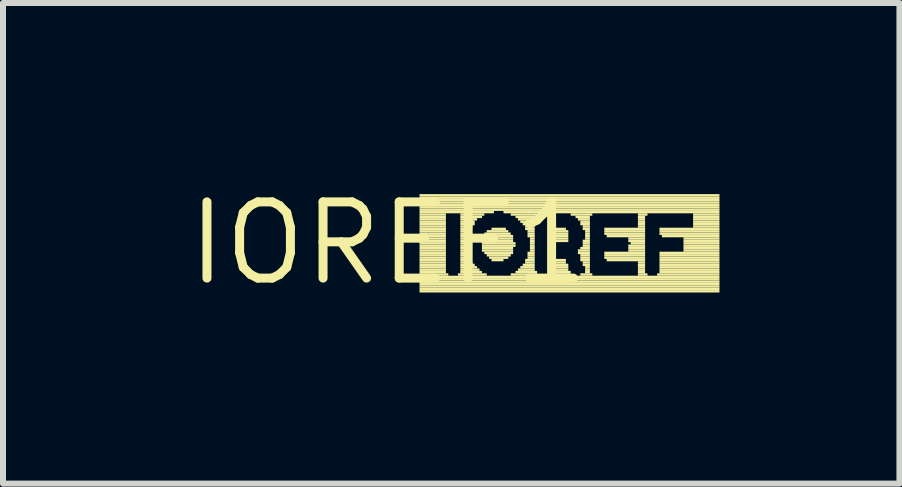
<source format=kicad_pcb>
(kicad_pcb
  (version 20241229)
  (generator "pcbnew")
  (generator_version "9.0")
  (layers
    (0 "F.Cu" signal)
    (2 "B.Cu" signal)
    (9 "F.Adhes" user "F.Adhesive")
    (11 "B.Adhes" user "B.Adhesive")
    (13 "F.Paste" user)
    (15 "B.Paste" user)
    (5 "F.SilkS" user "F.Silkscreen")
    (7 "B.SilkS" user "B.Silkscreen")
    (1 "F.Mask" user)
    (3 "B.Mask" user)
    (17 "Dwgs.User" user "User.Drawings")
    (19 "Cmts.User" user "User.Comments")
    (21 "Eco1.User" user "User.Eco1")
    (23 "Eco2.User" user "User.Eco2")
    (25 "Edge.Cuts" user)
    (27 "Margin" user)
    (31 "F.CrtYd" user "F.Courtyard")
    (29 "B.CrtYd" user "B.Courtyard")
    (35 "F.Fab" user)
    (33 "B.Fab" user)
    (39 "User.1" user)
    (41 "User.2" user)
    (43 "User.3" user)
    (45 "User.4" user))
  (footprint "IOREF1"
    (layer "F.Cu")
    (at 3.424 1.006)
    (property "Reference" "IOREF1" (at 0 0 0) (layer "F.SilkS") (effects (font (size 1.27 1.27) (thickness 0.15))))
    (attr through_hole)
    (fp_poly (pts (xy 0.52 -0.78) (xy 5.52 -0.78) (xy 5.52 -0.82) (xy 0.52 -0.82)) (stroke (width 0) (type solid)) (fill yes) (layer "F.SilkS"))
    (fp_poly (pts (xy 0.52 -0.74) (xy 5.52 -0.74) (xy 5.52 -0.78) (xy 0.52 -0.78)) (stroke (width 0) (type solid)) (fill yes) (layer "F.SilkS"))
    (fp_poly (pts (xy 0.52 -0.7) (xy 5.52 -0.7) (xy 5.52 -0.74) (xy 0.52 -0.74)) (stroke (width 0) (type solid)) (fill yes) (layer "F.SilkS"))
    (fp_poly (pts (xy 0.52 -0.66) (xy 5.52 -0.66) (xy 5.52 -0.7) (xy 0.52 -0.7)) (stroke (width 0) (type solid)) (fill yes) (layer "F.SilkS"))
    (fp_poly (pts (xy 0.52 -0.62) (xy 5.52 -0.62) (xy 5.52 -0.66) (xy 0.52 -0.66)) (stroke (width 0) (type solid)) (fill yes) (layer "F.SilkS"))
    (fp_poly (pts (xy 0.52 -0.58) (xy 5.52 -0.58) (xy 5.52 -0.62) (xy 0.52 -0.62)) (stroke (width 0) (type solid)) (fill yes) (layer "F.SilkS"))
    (fp_poly (pts (xy 0.52 -0.54) (xy 5.52 -0.54) (xy 5.52 -0.58) (xy 0.52 -0.58)) (stroke (width 0) (type solid)) (fill yes) (layer "F.SilkS"))
    (fp_poly (pts (xy 0.52 -0.5) (xy 1.76 -0.5) (xy 1.76 -0.54) (xy 0.52 -0.54)) (stroke (width 0) (type solid)) (fill yes) (layer "F.SilkS"))
    (fp_poly (pts (xy 0.52 -0.46) (xy 0.96 -0.46) (xy 0.96 -0.5) (xy 0.52 -0.5)) (stroke (width 0) (type solid)) (fill yes) (layer "F.SilkS"))
    (fp_poly (pts (xy 0.52 -0.42) (xy 0.96 -0.42) (xy 0.96 -0.46) (xy 0.52 -0.46)) (stroke (width 0) (type solid)) (fill yes) (layer "F.SilkS"))
    (fp_poly (pts (xy 0.52 -0.38) (xy 0.96 -0.38) (xy 0.96 -0.42) (xy 0.52 -0.42)) (stroke (width 0) (type solid)) (fill yes) (layer "F.SilkS"))
    (fp_poly (pts (xy 0.52 -0.34) (xy 0.96 -0.34) (xy 0.96 -0.38) (xy 0.52 -0.38)) (stroke (width 0) (type solid)) (fill yes) (layer "F.SilkS"))
    (fp_poly (pts (xy 0.52 -0.3) (xy 0.96 -0.3) (xy 0.96 -0.34) (xy 0.52 -0.34)) (stroke (width 0) (type solid)) (fill yes) (layer "F.SilkS"))
    (fp_poly (pts (xy 0.52 -0.26) (xy 0.96 -0.26) (xy 0.96 -0.3) (xy 0.52 -0.3)) (stroke (width 0) (type solid)) (fill yes) (layer "F.SilkS"))
    (fp_poly (pts (xy 0.52 -0.22) (xy 0.96 -0.22) (xy 0.96 -0.26) (xy 0.52 -0.26)) (stroke (width 0) (type solid)) (fill yes) (layer "F.SilkS"))
    (fp_poly (pts (xy 0.52 -0.18) (xy 0.96 -0.18) (xy 0.96 -0.22) (xy 0.52 -0.22)) (stroke (width 0) (type solid)) (fill yes) (layer "F.SilkS"))
    (fp_poly (pts (xy 0.52 -0.14) (xy 0.96 -0.14) (xy 0.96 -0.18) (xy 0.52 -0.18)) (stroke (width 0) (type solid)) (fill yes) (layer "F.SilkS"))
    (fp_poly (pts (xy 0.52 -0.1) (xy 0.96 -0.1) (xy 0.96 -0.14) (xy 0.52 -0.14)) (stroke (width 0) (type solid)) (fill yes) (layer "F.SilkS"))
    (fp_poly (pts (xy 0.52 -0.06) (xy 0.96 -0.06) (xy 0.96 -0.1) (xy 0.52 -0.1)) (stroke (width 0) (type solid)) (fill yes) (layer "F.SilkS"))
    (fp_poly (pts (xy 0.52 -0.02) (xy 0.96 -0.02) (xy 0.96 -0.06) (xy 0.52 -0.06)) (stroke (width 0) (type solid)) (fill yes) (layer "F.SilkS"))
    (fp_poly (pts (xy 0.52 0.02) (xy 0.96 0.02) (xy 0.96 -0.02) (xy 0.52 -0.02)) (stroke (width 0) (type solid)) (fill yes) (layer "F.SilkS"))
    (fp_poly (pts (xy 0.52 0.06) (xy 0.96 0.06) (xy 0.96 0.02) (xy 0.52 0.02)) (stroke (width 0) (type solid)) (fill yes) (layer "F.SilkS"))
    (fp_poly (pts (xy 0.52 0.1) (xy 0.96 0.1) (xy 0.96 0.06) (xy 0.52 0.06)) (stroke (width 0) (type solid)) (fill yes) (layer "F.SilkS"))
    (fp_poly (pts (xy 0.52 0.14) (xy 0.96 0.14) (xy 0.96 0.1) (xy 0.52 0.1)) (stroke (width 0) (type solid)) (fill yes) (layer "F.SilkS"))
    (fp_poly (pts (xy 0.52 0.18) (xy 0.96 0.18) (xy 0.96 0.14) (xy 0.52 0.14)) (stroke (width 0) (type solid)) (fill yes) (layer "F.SilkS"))
    (fp_poly (pts (xy 0.52 0.22) (xy 0.96 0.22) (xy 0.96 0.18) (xy 0.52 0.18)) (stroke (width 0) (type solid)) (fill yes) (layer "F.SilkS"))
    (fp_poly (pts (xy 0.52 0.26) (xy 0.96 0.26) (xy 0.96 0.22) (xy 0.52 0.22)) (stroke (width 0) (type solid)) (fill yes) (layer "F.SilkS"))
    (fp_poly (pts (xy 0.52 0.3) (xy 0.96 0.3) (xy 0.96 0.26) (xy 0.52 0.26)) (stroke (width 0) (type solid)) (fill yes) (layer "F.SilkS"))
    (fp_poly (pts (xy 0.52 0.34) (xy 0.96 0.34) (xy 0.96 0.3) (xy 0.52 0.3)) (stroke (width 0) (type solid)) (fill yes) (layer "F.SilkS"))
    (fp_poly (pts (xy 0.52 0.38) (xy 0.96 0.38) (xy 0.96 0.34) (xy 0.52 0.34)) (stroke (width 0) (type solid)) (fill yes) (layer "F.SilkS"))
    (fp_poly (pts (xy 0.52 0.42) (xy 0.96 0.42) (xy 0.96 0.38) (xy 0.52 0.38)) (stroke (width 0) (type solid)) (fill yes) (layer "F.SilkS"))
    (fp_poly (pts (xy 0.52 0.46) (xy 0.96 0.46) (xy 0.96 0.42) (xy 0.52 0.42)) (stroke (width 0) (type solid)) (fill yes) (layer "F.SilkS"))
    (fp_poly (pts (xy 0.52 0.5) (xy 0.96 0.5) (xy 0.96 0.46) (xy 0.52 0.46)) (stroke (width 0) (type solid)) (fill yes) (layer "F.SilkS"))
    (fp_poly (pts (xy 0.52 0.54) (xy 1 0.54) (xy 1 0.5) (xy 0.52 0.5)) (stroke (width 0) (type solid)) (fill yes) (layer "F.SilkS"))
    (fp_poly (pts (xy 0.52 0.58) (xy 5.52 0.58) (xy 5.52 0.54) (xy 0.52 0.54)) (stroke (width 0) (type solid)) (fill yes) (layer "F.SilkS"))
    (fp_poly (pts (xy 0.52 0.62) (xy 5.52 0.62) (xy 5.52 0.58) (xy 0.52 0.58)) (stroke (width 0) (type solid)) (fill yes) (layer "F.SilkS"))
    (fp_poly (pts (xy 0.52 0.66) (xy 5.52 0.66) (xy 5.52 0.62) (xy 0.52 0.62)) (stroke (width 0) (type solid)) (fill yes) (layer "F.SilkS"))
    (fp_poly (pts (xy 0.52 0.7) (xy 5.52 0.7) (xy 5.52 0.66) (xy 0.52 0.66)) (stroke (width 0) (type solid)) (fill yes) (layer "F.SilkS"))
    (fp_poly (pts (xy 0.52 0.74) (xy 5.52 0.74) (xy 5.52 0.7) (xy 0.52 0.7)) (stroke (width 0) (type solid)) (fill yes) (layer "F.SilkS"))
    (fp_poly (pts (xy 0.52 0.78) (xy 5.52 0.78) (xy 5.52 0.74) (xy 0.52 0.74)) (stroke (width 0) (type solid)) (fill yes) (layer "F.SilkS"))
    (fp_poly (pts (xy 0.52 0.82) (xy 5.52 0.82) (xy 5.52 0.78) (xy 0.52 0.78)) (stroke (width 0) (type solid)) (fill yes) (layer "F.SilkS"))
    (fp_poly (pts (xy 1.16 0.54) (xy 1.64 0.54) (xy 1.64 0.5) (xy 1.16 0.5)) (stroke (width 0) (type solid)) (fill yes) (layer "F.SilkS"))
    (fp_poly (pts (xy 1.2 -0.46) (xy 1.6 -0.46) (xy 1.6 -0.5) (xy 1.2 -0.5)) (stroke (width 0) (type solid)) (fill yes) (layer "F.SilkS"))
    (fp_poly (pts (xy 1.2 -0.42) (xy 1.56 -0.42) (xy 1.56 -0.46) (xy 1.2 -0.46)) (stroke (width 0) (type solid)) (fill yes) (layer "F.SilkS"))
    (fp_poly (pts (xy 1.2 -0.38) (xy 1.48 -0.38) (xy 1.48 -0.42) (xy 1.2 -0.42)) (stroke (width 0) (type solid)) (fill yes) (layer "F.SilkS"))
    (fp_poly (pts (xy 1.2 -0.34) (xy 1.44 -0.34) (xy 1.44 -0.38) (xy 1.2 -0.38)) (stroke (width 0) (type solid)) (fill yes) (layer "F.SilkS"))
    (fp_poly (pts (xy 1.2 -0.3) (xy 1.44 -0.3) (xy 1.44 -0.34) (xy 1.2 -0.34)) (stroke (width 0) (type solid)) (fill yes) (layer "F.SilkS"))
    (fp_poly (pts (xy 1.2 -0.26) (xy 1.4 -0.26) (xy 1.4 -0.3) (xy 1.2 -0.3)) (stroke (width 0) (type solid)) (fill yes) (layer "F.SilkS"))
    (fp_poly (pts (xy 1.2 -0.22) (xy 1.36 -0.22) (xy 1.36 -0.26) (xy 1.2 -0.26)) (stroke (width 0) (type solid)) (fill yes) (layer "F.SilkS"))
    (fp_poly (pts (xy 1.2 -0.18) (xy 1.36 -0.18) (xy 1.36 -0.22) (xy 1.2 -0.22)) (stroke (width 0) (type solid)) (fill yes) (layer "F.SilkS"))
    (fp_poly (pts (xy 1.2 -0.14) (xy 1.36 -0.14) (xy 1.36 -0.18) (xy 1.2 -0.18)) (stroke (width 0) (type solid)) (fill yes) (layer "F.SilkS"))
    (fp_poly (pts (xy 1.2 -0.1) (xy 1.32 -0.1) (xy 1.32 -0.14) (xy 1.2 -0.14)) (stroke (width 0) (type solid)) (fill yes) (layer "F.SilkS"))
    (fp_poly (pts (xy 1.2 -0.06) (xy 1.32 -0.06) (xy 1.32 -0.1) (xy 1.2 -0.1)) (stroke (width 0) (type solid)) (fill yes) (layer "F.SilkS"))
    (fp_poly (pts (xy 1.2 -0.02) (xy 1.32 -0.02) (xy 1.32 -0.06) (xy 1.2 -0.06)) (stroke (width 0) (type solid)) (fill yes) (layer "F.SilkS"))
    (fp_poly (pts (xy 1.2 0.02) (xy 1.32 0.02) (xy 1.32 -0.02) (xy 1.2 -0.02)) (stroke (width 0) (type solid)) (fill yes) (layer "F.SilkS"))
    (fp_poly (pts (xy 1.2 0.06) (xy 1.32 0.06) (xy 1.32 0.02) (xy 1.2 0.02)) (stroke (width 0) (type solid)) (fill yes) (layer "F.SilkS"))
    (fp_poly (pts (xy 1.2 0.1) (xy 1.32 0.1) (xy 1.32 0.06) (xy 1.2 0.06)) (stroke (width 0) (type solid)) (fill yes) (layer "F.SilkS"))
    (fp_poly (pts (xy 1.2 0.14) (xy 1.32 0.14) (xy 1.32 0.1) (xy 1.2 0.1)) (stroke (width 0) (type solid)) (fill yes) (layer "F.SilkS"))
    (fp_poly (pts (xy 1.2 0.18) (xy 1.32 0.18) (xy 1.32 0.14) (xy 1.2 0.14)) (stroke (width 0) (type solid)) (fill yes) (layer "F.SilkS"))
    (fp_poly (pts (xy 1.2 0.22) (xy 1.36 0.22) (xy 1.36 0.18) (xy 1.2 0.18)) (stroke (width 0) (type solid)) (fill yes) (layer "F.SilkS"))
    (fp_poly (pts (xy 1.2 0.26) (xy 1.36 0.26) (xy 1.36 0.22) (xy 1.2 0.22)) (stroke (width 0) (type solid)) (fill yes) (layer "F.SilkS"))
    (fp_poly (pts (xy 1.2 0.3) (xy 1.36 0.3) (xy 1.36 0.26) (xy 1.2 0.26)) (stroke (width 0) (type solid)) (fill yes) (layer "F.SilkS"))
    (fp_poly (pts (xy 1.2 0.34) (xy 1.4 0.34) (xy 1.4 0.3) (xy 1.2 0.3)) (stroke (width 0) (type solid)) (fill yes) (layer "F.SilkS"))
    (fp_poly (pts (xy 1.2 0.38) (xy 1.44 0.38) (xy 1.44 0.34) (xy 1.2 0.34)) (stroke (width 0) (type solid)) (fill yes) (layer "F.SilkS"))
    (fp_poly (pts (xy 1.2 0.42) (xy 1.48 0.42) (xy 1.48 0.38) (xy 1.2 0.38)) (stroke (width 0) (type solid)) (fill yes) (layer "F.SilkS"))
    (fp_poly (pts (xy 1.2 0.46) (xy 1.52 0.46) (xy 1.52 0.42) (xy 1.2 0.42)) (stroke (width 0) (type solid)) (fill yes) (layer "F.SilkS"))
    (fp_poly (pts (xy 1.2 0.5) (xy 1.56 0.5) (xy 1.56 0.46) (xy 1.2 0.46)) (stroke (width 0) (type solid)) (fill yes) (layer "F.SilkS"))
    (fp_poly (pts (xy 1.56 -0.06) (xy 2.08 -0.06) (xy 2.08 -0.1) (xy 1.56 -0.1)) (stroke (width 0) (type solid)) (fill yes) (layer "F.SilkS"))
    (fp_poly (pts (xy 1.56 -0.02) (xy 2.08 -0.02) (xy 2.08 -0.06) (xy 1.56 -0.06)) (stroke (width 0) (type solid)) (fill yes) (layer "F.SilkS"))
    (fp_poly (pts (xy 1.56 0.02) (xy 2.12 0.02) (xy 2.12 -0.02) (xy 1.56 -0.02)) (stroke (width 0) (type solid)) (fill yes) (layer "F.SilkS"))
    (fp_poly (pts (xy 1.56 0.06) (xy 2.12 0.06) (xy 2.12 0.02) (xy 1.56 0.02)) (stroke (width 0) (type solid)) (fill yes) (layer "F.SilkS"))
    (fp_poly (pts (xy 1.56 0.1) (xy 2.08 0.1) (xy 2.08 0.06) (xy 1.56 0.06)) (stroke (width 0) (type solid)) (fill yes) (layer "F.SilkS"))
    (fp_poly (pts (xy 1.56 0.14) (xy 2.08 0.14) (xy 2.08 0.1) (xy 1.56 0.1)) (stroke (width 0) (type solid)) (fill yes) (layer "F.SilkS"))
    (fp_poly (pts (xy 1.6 -0.14) (xy 2.04 -0.14) (xy 2.04 -0.18) (xy 1.6 -0.18)) (stroke (width 0) (type solid)) (fill yes) (layer "F.SilkS"))
    (fp_poly (pts (xy 1.6 -0.1) (xy 2.08 -0.1) (xy 2.08 -0.14) (xy 1.6 -0.14)) (stroke (width 0) (type solid)) (fill yes) (layer "F.SilkS"))
    (fp_poly (pts (xy 1.6 0.18) (xy 2.08 0.18) (xy 2.08 0.14) (xy 1.6 0.14)) (stroke (width 0) (type solid)) (fill yes) (layer "F.SilkS"))
    (fp_poly (pts (xy 1.64 -0.18) (xy 2 -0.18) (xy 2 -0.22) (xy 1.64 -0.22)) (stroke (width 0) (type solid)) (fill yes) (layer "F.SilkS"))
    (fp_poly (pts (xy 1.64 0.22) (xy 2.04 0.22) (xy 2.04 0.18) (xy 1.64 0.18)) (stroke (width 0) (type solid)) (fill yes) (layer "F.SilkS"))
    (fp_poly (pts (xy 1.68 0.26) (xy 2 0.26) (xy 2 0.22) (xy 1.68 0.22)) (stroke (width 0) (type solid)) (fill yes) (layer "F.SilkS"))
    (fp_poly (pts (xy 1.72 -0.22) (xy 1.96 -0.22) (xy 1.96 -0.26) (xy 1.72 -0.26)) (stroke (width 0) (type solid)) (fill yes) (layer "F.SilkS"))
    (fp_poly (pts (xy 1.72 0.3) (xy 1.92 0.3) (xy 1.92 0.26) (xy 1.72 0.26)) (stroke (width 0) (type solid)) (fill yes) (layer "F.SilkS"))
    (fp_poly (pts (xy 1.92 -0.5) (xy 5.52 -0.5) (xy 5.52 -0.54) (xy 1.92 -0.54)) (stroke (width 0) (type solid)) (fill yes) (layer "F.SilkS"))
    (fp_poly (pts (xy 2.04 -0.46) (xy 2.48 -0.46) (xy 2.48 -0.5) (xy 2.04 -0.5)) (stroke (width 0) (type solid)) (fill yes) (layer "F.SilkS"))
    (fp_poly (pts (xy 2.04 0.54) (xy 2.48 0.54) (xy 2.48 0.5) (xy 2.04 0.5)) (stroke (width 0) (type solid)) (fill yes) (layer "F.SilkS"))
    (fp_poly (pts (xy 2.12 -0.42) (xy 2.44 -0.42) (xy 2.44 -0.46) (xy 2.12 -0.46)) (stroke (width 0) (type solid)) (fill yes) (layer "F.SilkS"))
    (fp_poly (pts (xy 2.12 0.5) (xy 2.48 0.5) (xy 2.48 0.46) (xy 2.12 0.46)) (stroke (width 0) (type solid)) (fill yes) (layer "F.SilkS"))
    (fp_poly (pts (xy 2.16 -0.38) (xy 2.44 -0.38) (xy 2.44 -0.42) (xy 2.16 -0.42)) (stroke (width 0) (type solid)) (fill yes) (layer "F.SilkS"))
    (fp_poly (pts (xy 2.16 0.46) (xy 2.44 0.46) (xy 2.44 0.42) (xy 2.16 0.42)) (stroke (width 0) (type solid)) (fill yes) (layer "F.SilkS"))
    (fp_poly (pts (xy 2.2 -0.34) (xy 2.44 -0.34) (xy 2.44 -0.38) (xy 2.2 -0.38)) (stroke (width 0) (type solid)) (fill yes) (layer "F.SilkS"))
    (fp_poly (pts (xy 2.2 0.42) (xy 2.44 0.42) (xy 2.44 0.38) (xy 2.2 0.38)) (stroke (width 0) (type solid)) (fill yes) (layer "F.SilkS"))
    (fp_poly (pts (xy 2.24 -0.3) (xy 2.44 -0.3) (xy 2.44 -0.34) (xy 2.24 -0.34)) (stroke (width 0) (type solid)) (fill yes) (layer "F.SilkS"))
    (fp_poly (pts (xy 2.24 0.38) (xy 2.44 0.38) (xy 2.44 0.34) (xy 2.24 0.34)) (stroke (width 0) (type solid)) (fill yes) (layer "F.SilkS"))
    (fp_poly (pts (xy 2.28 -0.26) (xy 2.44 -0.26) (xy 2.44 -0.3) (xy 2.28 -0.3)) (stroke (width 0) (type solid)) (fill yes) (layer "F.SilkS"))
    (fp_poly (pts (xy 2.28 -0.22) (xy 2.44 -0.22) (xy 2.44 -0.26) (xy 2.28 -0.26)) (stroke (width 0) (type solid)) (fill yes) (layer "F.SilkS"))
    (fp_poly (pts (xy 2.28 0.3) (xy 2.44 0.3) (xy 2.44 0.26) (xy 2.28 0.26)) (stroke (width 0) (type solid)) (fill yes) (layer "F.SilkS"))
    (fp_poly (pts (xy 2.28 0.34) (xy 2.44 0.34) (xy 2.44 0.3) (xy 2.28 0.3)) (stroke (width 0) (type solid)) (fill yes) (layer "F.SilkS"))
    (fp_poly (pts (xy 2.32 -0.18) (xy 2.44 -0.18) (xy 2.44 -0.22) (xy 2.32 -0.22)) (stroke (width 0) (type solid)) (fill yes) (layer "F.SilkS"))
    (fp_poly (pts (xy 2.32 -0.14) (xy 2.44 -0.14) (xy 2.44 -0.18) (xy 2.32 -0.18)) (stroke (width 0) (type solid)) (fill yes) (layer "F.SilkS"))
    (fp_poly (pts (xy 2.32 -0.1) (xy 2.44 -0.1) (xy 2.44 -0.14) (xy 2.32 -0.14)) (stroke (width 0) (type solid)) (fill yes) (layer "F.SilkS"))
    (fp_poly (pts (xy 2.32 0.18) (xy 2.44 0.18) (xy 2.44 0.14) (xy 2.32 0.14)) (stroke (width 0) (type solid)) (fill yes) (layer "F.SilkS"))
    (fp_poly (pts (xy 2.32 0.22) (xy 2.44 0.22) (xy 2.44 0.18) (xy 2.32 0.18)) (stroke (width 0) (type solid)) (fill yes) (layer "F.SilkS"))
    (fp_poly (pts (xy 2.32 0.26) (xy 2.44 0.26) (xy 2.44 0.22) (xy 2.32 0.22)) (stroke (width 0) (type solid)) (fill yes) (layer "F.SilkS"))
    (fp_poly (pts (xy 2.36 -0.06) (xy 2.44 -0.06) (xy 2.44 -0.1) (xy 2.36 -0.1)) (stroke (width 0) (type solid)) (fill yes) (layer "F.SilkS"))
    (fp_poly (pts (xy 2.36 -0.02) (xy 2.44 -0.02) (xy 2.44 -0.06) (xy 2.36 -0.06)) (stroke (width 0) (type solid)) (fill yes) (layer "F.SilkS"))
    (fp_poly (pts (xy 2.36 0.02) (xy 2.44 0.02) (xy 2.44 -0.02) (xy 2.36 -0.02)) (stroke (width 0) (type solid)) (fill yes) (layer "F.SilkS"))
    (fp_poly (pts (xy 2.36 0.06) (xy 2.44 0.06) (xy 2.44 0.02) (xy 2.36 0.02)) (stroke (width 0) (type solid)) (fill yes) (layer "F.SilkS"))
    (fp_poly (pts (xy 2.36 0.1) (xy 2.44 0.1) (xy 2.44 0.06) (xy 2.36 0.06)) (stroke (width 0) (type solid)) (fill yes) (layer "F.SilkS"))
    (fp_poly (pts (xy 2.36 0.14) (xy 2.44 0.14) (xy 2.44 0.1) (xy 2.36 0.1)) (stroke (width 0) (type solid)) (fill yes) (layer "F.SilkS"))
    (fp_poly (pts (xy 2.68 0.5) (xy 3.04 0.5) (xy 3.04 0.46) (xy 2.68 0.46)) (stroke (width 0) (type solid)) (fill yes) (layer "F.SilkS"))
    (fp_poly (pts (xy 2.68 0.54) (xy 3.04 0.54) (xy 3.04 0.5) (xy 2.68 0.5)) (stroke (width 0) (type solid)) (fill yes) (layer "F.SilkS"))
    (fp_poly (pts (xy 2.72 -0.22) (xy 2.96 -0.22) (xy 2.96 -0.26) (xy 2.72 -0.26)) (stroke (width 0) (type solid)) (fill yes) (layer "F.SilkS"))
    (fp_poly (pts (xy 2.72 -0.18) (xy 3 -0.18) (xy 3 -0.22) (xy 2.72 -0.22)) (stroke (width 0) (type solid)) (fill yes) (layer "F.SilkS"))
    (fp_poly (pts (xy 2.72 -0.14) (xy 3 -0.14) (xy 3 -0.18) (xy 2.72 -0.18)) (stroke (width 0) (type solid)) (fill yes) (layer "F.SilkS"))
    (fp_poly (pts (xy 2.72 -0.1) (xy 3 -0.1) (xy 3 -0.14) (xy 2.72 -0.14)) (stroke (width 0) (type solid)) (fill yes) (layer "F.SilkS"))
    (fp_poly (pts (xy 2.72 -0.06) (xy 3 -0.06) (xy 3 -0.1) (xy 2.72 -0.1)) (stroke (width 0) (type solid)) (fill yes) (layer "F.SilkS"))
    (fp_poly (pts (xy 2.72 -0.02) (xy 3 -0.02) (xy 3 -0.06) (xy 2.72 -0.06)) (stroke (width 0) (type solid)) (fill yes) (layer "F.SilkS"))
    (fp_poly (pts (xy 2.72 0.3) (xy 2.96 0.3) (xy 2.96 0.26) (xy 2.72 0.26)) (stroke (width 0) (type solid)) (fill yes) (layer "F.SilkS"))
    (fp_poly (pts (xy 2.72 0.34) (xy 2.96 0.34) (xy 2.96 0.3) (xy 2.72 0.3)) (stroke (width 0) (type solid)) (fill yes) (layer "F.SilkS"))
    (fp_poly (pts (xy 2.72 0.38) (xy 3 0.38) (xy 3 0.34) (xy 2.72 0.34)) (stroke (width 0) (type solid)) (fill yes) (layer "F.SilkS"))
    (fp_poly (pts (xy 2.72 0.42) (xy 3 0.42) (xy 3 0.38) (xy 2.72 0.38)) (stroke (width 0) (type solid)) (fill yes) (layer "F.SilkS"))
    (fp_poly (pts (xy 2.72 0.46) (xy 3 0.46) (xy 3 0.42) (xy 2.72 0.42)) (stroke (width 0) (type solid)) (fill yes) (layer "F.SilkS"))
    (fp_poly (pts (xy 3.04 -0.46) (xy 3.4 -0.46) (xy 3.4 -0.5) (xy 3.04 -0.5)) (stroke (width 0) (type solid)) (fill yes) (layer "F.SilkS"))
    (fp_poly (pts (xy 3.12 -0.42) (xy 3.36 -0.42) (xy 3.36 -0.46) (xy 3.12 -0.46)) (stroke (width 0) (type solid)) (fill yes) (layer "F.SilkS"))
    (fp_poly (pts (xy 3.16 -0.38) (xy 3.36 -0.38) (xy 3.36 -0.42) (xy 3.16 -0.42)) (stroke (width 0) (type solid)) (fill yes) (layer "F.SilkS"))
    (fp_poly (pts (xy 3.16 0.14) (xy 3.36 0.14) (xy 3.36 0.1) (xy 3.16 0.1)) (stroke (width 0) (type solid)) (fill yes) (layer "F.SilkS"))
    (fp_poly (pts (xy 3.16 0.18) (xy 3.36 0.18) (xy 3.36 0.14) (xy 3.16 0.14)) (stroke (width 0) (type solid)) (fill yes) (layer "F.SilkS"))
    (fp_poly (pts (xy 3.2 -0.34) (xy 3.36 -0.34) (xy 3.36 -0.38) (xy 3.2 -0.38)) (stroke (width 0) (type solid)) (fill yes) (layer "F.SilkS"))
    (fp_poly (pts (xy 3.2 -0.3) (xy 3.36 -0.3) (xy 3.36 -0.34) (xy 3.2 -0.34)) (stroke (width 0) (type solid)) (fill yes) (layer "F.SilkS"))
    (fp_poly (pts (xy 3.2 0.1) (xy 3.36 0.1) (xy 3.36 0.06) (xy 3.2 0.06)) (stroke (width 0) (type solid)) (fill yes) (layer "F.SilkS"))
    (fp_poly (pts (xy 3.2 0.22) (xy 3.36 0.22) (xy 3.36 0.18) (xy 3.2 0.18)) (stroke (width 0) (type solid)) (fill yes) (layer "F.SilkS"))
    (fp_poly (pts (xy 3.2 0.26) (xy 3.36 0.26) (xy 3.36 0.22) (xy 3.2 0.22)) (stroke (width 0) (type solid)) (fill yes) (layer "F.SilkS"))
    (fp_poly (pts (xy 3.2 0.3) (xy 3.36 0.3) (xy 3.36 0.26) (xy 3.2 0.26)) (stroke (width 0) (type solid)) (fill yes) (layer "F.SilkS"))
    (fp_poly (pts (xy 3.2 0.54) (xy 3.4 0.54) (xy 3.4 0.5) (xy 3.2 0.5)) (stroke (width 0) (type solid)) (fill yes) (layer "F.SilkS"))
    (fp_poly (pts (xy 3.24 -0.26) (xy 3.36 -0.26) (xy 3.36 -0.3) (xy 3.24 -0.3)) (stroke (width 0) (type solid)) (fill yes) (layer "F.SilkS"))
    (fp_poly (pts (xy 3.24 -0.22) (xy 3.36 -0.22) (xy 3.36 -0.26) (xy 3.24 -0.26)) (stroke (width 0) (type solid)) (fill yes) (layer "F.SilkS"))
    (fp_poly (pts (xy 3.24 -0.02) (xy 3.36 -0.02) (xy 3.36 -0.06) (xy 3.24 -0.06)) (stroke (width 0) (type solid)) (fill yes) (layer "F.SilkS"))
    (fp_poly (pts (xy 3.24 0.02) (xy 3.36 0.02) (xy 3.36 -0.02) (xy 3.24 -0.02)) (stroke (width 0) (type solid)) (fill yes) (layer "F.SilkS"))
    (fp_poly (pts (xy 3.24 0.06) (xy 3.36 0.06) (xy 3.36 0.02) (xy 3.24 0.02)) (stroke (width 0) (type solid)) (fill yes) (layer "F.SilkS"))
    (fp_poly (pts (xy 3.24 0.34) (xy 3.36 0.34) (xy 3.36 0.3) (xy 3.24 0.3)) (stroke (width 0) (type solid)) (fill yes) (layer "F.SilkS"))
    (fp_poly (pts (xy 3.24 0.38) (xy 3.36 0.38) (xy 3.36 0.34) (xy 3.24 0.34)) (stroke (width 0) (type solid)) (fill yes) (layer "F.SilkS"))
    (fp_poly (pts (xy 3.28 -0.18) (xy 3.36 -0.18) (xy 3.36 -0.22) (xy 3.28 -0.22)) (stroke (width 0) (type solid)) (fill yes) (layer "F.SilkS"))
    (fp_poly (pts (xy 3.28 -0.14) (xy 3.36 -0.14) (xy 3.36 -0.18) (xy 3.28 -0.18)) (stroke (width 0) (type solid)) (fill yes) (layer "F.SilkS"))
    (fp_poly (pts (xy 3.28 -0.1) (xy 3.36 -0.1) (xy 3.36 -0.14) (xy 3.28 -0.14)) (stroke (width 0) (type solid)) (fill yes) (layer "F.SilkS"))
    (fp_poly (pts (xy 3.28 -0.06) (xy 3.36 -0.06) (xy 3.36 -0.1) (xy 3.28 -0.1)) (stroke (width 0) (type solid)) (fill yes) (layer "F.SilkS"))
    (fp_poly (pts (xy 3.28 0.42) (xy 3.36 0.42) (xy 3.36 0.38) (xy 3.28 0.38)) (stroke (width 0) (type solid)) (fill yes) (layer "F.SilkS"))
    (fp_poly (pts (xy 3.28 0.46) (xy 3.36 0.46) (xy 3.36 0.42) (xy 3.28 0.42)) (stroke (width 0) (type solid)) (fill yes) (layer "F.SilkS"))
    (fp_poly (pts (xy 3.28 0.5) (xy 3.36 0.5) (xy 3.36 0.46) (xy 3.28 0.46)) (stroke (width 0) (type solid)) (fill yes) (layer "F.SilkS"))
    (fp_poly (pts (xy 3.6 -0.22) (xy 4.28 -0.22) (xy 4.28 -0.26) (xy 3.6 -0.26)) (stroke (width 0) (type solid)) (fill yes) (layer "F.SilkS"))
    (fp_poly (pts (xy 3.6 -0.18) (xy 4.28 -0.18) (xy 4.28 -0.22) (xy 3.6 -0.22)) (stroke (width 0) (type solid)) (fill yes) (layer "F.SilkS"))
    (fp_poly (pts (xy 3.6 -0.14) (xy 4.28 -0.14) (xy 4.28 -0.18) (xy 3.6 -0.18)) (stroke (width 0) (type solid)) (fill yes) (layer "F.SilkS"))
    (fp_poly (pts (xy 3.6 0.18) (xy 4.28 0.18) (xy 4.28 0.14) (xy 3.6 0.14)) (stroke (width 0) (type solid)) (fill yes) (layer "F.SilkS"))
    (fp_poly (pts (xy 3.6 0.22) (xy 4.28 0.22) (xy 4.28 0.18) (xy 3.6 0.18)) (stroke (width 0) (type solid)) (fill yes) (layer "F.SilkS"))
    (fp_poly (pts (xy 3.6 0.26) (xy 4.28 0.26) (xy 4.28 0.22) (xy 3.6 0.22)) (stroke (width 0) (type solid)) (fill yes) (layer "F.SilkS"))
    (fp_poly (pts (xy 3.64 -0.1) (xy 4.28 -0.1) (xy 4.28 -0.14) (xy 3.64 -0.14)) (stroke (width 0) (type solid)) (fill yes) (layer "F.SilkS"))
    (fp_poly (pts (xy 3.64 0.3) (xy 4.28 0.3) (xy 4.28 0.26) (xy 3.64 0.26)) (stroke (width 0) (type solid)) (fill yes) (layer "F.SilkS"))
    (fp_poly (pts (xy 4 -0.06) (xy 4.28 -0.06) (xy 4.28 -0.1) (xy 4 -0.1)) (stroke (width 0) (type solid)) (fill yes) (layer "F.SilkS"))
    (fp_poly (pts (xy 4 -0.02) (xy 4.28 -0.02) (xy 4.28 -0.06) (xy 4 -0.06)) (stroke (width 0) (type solid)) (fill yes) (layer "F.SilkS"))
    (fp_poly (pts (xy 4 0.06) (xy 4.28 0.06) (xy 4.28 0.02) (xy 4 0.02)) (stroke (width 0) (type solid)) (fill yes) (layer "F.SilkS"))
    (fp_poly (pts (xy 4 0.1) (xy 4.28 0.1) (xy 4.28 0.06) (xy 4 0.06)) (stroke (width 0) (type solid)) (fill yes) (layer "F.SilkS"))
    (fp_poly (pts (xy 4 0.14) (xy 4.28 0.14) (xy 4.28 0.1) (xy 4 0.1)) (stroke (width 0) (type solid)) (fill yes) (layer "F.SilkS"))
    (fp_poly (pts (xy 4.04 0.02) (xy 4.28 0.02) (xy 4.28 -0.02) (xy 4.04 -0.02)) (stroke (width 0) (type solid)) (fill yes) (layer "F.SilkS"))
    (fp_poly (pts (xy 4.16 -0.46) (xy 4.32 -0.46) (xy 4.32 -0.5) (xy 4.16 -0.5)) (stroke (width 0) (type solid)) (fill yes) (layer "F.SilkS"))
    (fp_poly (pts (xy 4.16 -0.42) (xy 4.28 -0.42) (xy 4.28 -0.46) (xy 4.16 -0.46)) (stroke (width 0) (type solid)) (fill yes) (layer "F.SilkS"))
    (fp_poly (pts (xy 4.16 -0.38) (xy 4.28 -0.38) (xy 4.28 -0.42) (xy 4.16 -0.42)) (stroke (width 0) (type solid)) (fill yes) (layer "F.SilkS"))
    (fp_poly (pts (xy 4.16 -0.34) (xy 4.28 -0.34) (xy 4.28 -0.38) (xy 4.16 -0.38)) (stroke (width 0) (type solid)) (fill yes) (layer "F.SilkS"))
    (fp_poly (pts (xy 4.16 -0.3) (xy 4.28 -0.3) (xy 4.28 -0.34) (xy 4.16 -0.34)) (stroke (width 0) (type solid)) (fill yes) (layer "F.SilkS"))
    (fp_poly (pts (xy 4.16 -0.26) (xy 4.28 -0.26) (xy 4.28 -0.3) (xy 4.16 -0.3)) (stroke (width 0) (type solid)) (fill yes) (layer "F.SilkS"))
    (fp_poly (pts (xy 4.16 0.34) (xy 4.28 0.34) (xy 4.28 0.3) (xy 4.16 0.3)) (stroke (width 0) (type solid)) (fill yes) (layer "F.SilkS"))
    (fp_poly (pts (xy 4.16 0.38) (xy 4.28 0.38) (xy 4.28 0.34) (xy 4.16 0.34)) (stroke (width 0) (type solid)) (fill yes) (layer "F.SilkS"))
    (fp_poly (pts (xy 4.16 0.42) (xy 4.28 0.42) (xy 4.28 0.38) (xy 4.16 0.38)) (stroke (width 0) (type solid)) (fill yes) (layer "F.SilkS"))
    (fp_poly (pts (xy 4.16 0.46) (xy 4.28 0.46) (xy 4.28 0.42) (xy 4.16 0.42)) (stroke (width 0) (type solid)) (fill yes) (layer "F.SilkS"))
    (fp_poly (pts (xy 4.16 0.5) (xy 4.28 0.5) (xy 4.28 0.46) (xy 4.16 0.46)) (stroke (width 0) (type solid)) (fill yes) (layer "F.SilkS"))
    (fp_poly (pts (xy 4.16 0.54) (xy 4.32 0.54) (xy 4.32 0.5) (xy 4.16 0.5)) (stroke (width 0) (type solid)) (fill yes) (layer "F.SilkS"))
    (fp_poly (pts (xy 4.48 0.54) (xy 5.52 0.54) (xy 5.52 0.5) (xy 4.48 0.5)) (stroke (width 0) (type solid)) (fill yes) (layer "F.SilkS"))
    (fp_poly (pts (xy 4.52 -0.22) (xy 5.52 -0.22) (xy 5.52 -0.26) (xy 4.52 -0.26)) (stroke (width 0) (type solid)) (fill yes) (layer "F.SilkS"))
    (fp_poly (pts (xy 4.52 -0.18) (xy 5.52 -0.18) (xy 5.52 -0.22) (xy 4.52 -0.22)) (stroke (width 0) (type solid)) (fill yes) (layer "F.SilkS"))
    (fp_poly (pts (xy 4.52 -0.14) (xy 5.52 -0.14) (xy 5.52 -0.18) (xy 4.52 -0.18)) (stroke (width 0) (type solid)) (fill yes) (layer "F.SilkS"))
    (fp_poly (pts (xy 4.52 0.18) (xy 5.52 0.18) (xy 5.52 0.14) (xy 4.52 0.14)) (stroke (width 0) (type solid)) (fill yes) (layer "F.SilkS"))
    (fp_poly (pts (xy 4.52 0.22) (xy 5.52 0.22) (xy 5.52 0.18) (xy 4.52 0.18)) (stroke (width 0) (type solid)) (fill yes) (layer "F.SilkS"))
    (fp_poly (pts (xy 4.52 0.26) (xy 5.52 0.26) (xy 5.52 0.22) (xy 4.52 0.22)) (stroke (width 0) (type solid)) (fill yes) (layer "F.SilkS"))
    (fp_poly (pts (xy 4.52 0.3) (xy 5.52 0.3) (xy 5.52 0.26) (xy 4.52 0.26)) (stroke (width 0) (type solid)) (fill yes) (layer "F.SilkS"))
    (fp_poly (pts (xy 4.52 0.34) (xy 5.52 0.34) (xy 5.52 0.3) (xy 4.52 0.3)) (stroke (width 0) (type solid)) (fill yes) (layer "F.SilkS"))
    (fp_poly (pts (xy 4.52 0.38) (xy 5.52 0.38) (xy 5.52 0.34) (xy 4.52 0.34)) (stroke (width 0) (type solid)) (fill yes) (layer "F.SilkS"))
    (fp_poly (pts (xy 4.52 0.42) (xy 5.52 0.42) (xy 5.52 0.38) (xy 4.52 0.38)) (stroke (width 0) (type solid)) (fill yes) (layer "F.SilkS"))
    (fp_poly (pts (xy 4.52 0.46) (xy 5.52 0.46) (xy 5.52 0.42) (xy 4.52 0.42)) (stroke (width 0) (type solid)) (fill yes) (layer "F.SilkS"))
    (fp_poly (pts (xy 4.52 0.5) (xy 5.52 0.5) (xy 5.52 0.46) (xy 4.52 0.46)) (stroke (width 0) (type solid)) (fill yes) (layer "F.SilkS"))
    (fp_poly (pts (xy 4.56 -0.1) (xy 5.52 -0.1) (xy 5.52 -0.14) (xy 4.56 -0.14)) (stroke (width 0) (type solid)) (fill yes) (layer "F.SilkS"))
    (fp_poly (pts (xy 4.92 -0.06) (xy 5.52 -0.06) (xy 5.52 -0.1) (xy 4.92 -0.1)) (stroke (width 0) (type solid)) (fill yes) (layer "F.SilkS"))
    (fp_poly (pts (xy 4.92 -0.02) (xy 5.52 -0.02) (xy 5.52 -0.06) (xy 4.92 -0.06)) (stroke (width 0) (type solid)) (fill yes) (layer "F.SilkS"))
    (fp_poly (pts (xy 4.92 0.02) (xy 5.52 0.02) (xy 5.52 -0.02) (xy 4.92 -0.02)) (stroke (width 0) (type solid)) (fill yes) (layer "F.SilkS"))
    (fp_poly (pts (xy 4.92 0.06) (xy 5.52 0.06) (xy 5.52 0.02) (xy 4.92 0.02)) (stroke (width 0) (type solid)) (fill yes) (layer "F.SilkS"))
    (fp_poly (pts (xy 4.92 0.1) (xy 5.52 0.1) (xy 5.52 0.06) (xy 4.92 0.06)) (stroke (width 0) (type solid)) (fill yes) (layer "F.SilkS"))
    (fp_poly (pts (xy 4.92 0.14) (xy 5.52 0.14) (xy 5.52 0.1) (xy 4.92 0.1)) (stroke (width 0) (type solid)) (fill yes) (layer "F.SilkS"))
    (fp_poly (pts (xy 5.08 -0.46) (xy 5.52 -0.46) (xy 5.52 -0.5) (xy 5.08 -0.5)) (stroke (width 0) (type solid)) (fill yes) (layer "F.SilkS"))
    (fp_poly (pts (xy 5.08 -0.42) (xy 5.52 -0.42) (xy 5.52 -0.46) (xy 5.08 -0.46)) (stroke (width 0) (type solid)) (fill yes) (layer "F.SilkS"))
    (fp_poly (pts (xy 5.08 -0.38) (xy 5.52 -0.38) (xy 5.52 -0.42) (xy 5.08 -0.42)) (stroke (width 0) (type solid)) (fill yes) (layer "F.SilkS"))
    (fp_poly (pts (xy 5.08 -0.34) (xy 5.52 -0.34) (xy 5.52 -0.38) (xy 5.08 -0.38)) (stroke (width 0) (type solid)) (fill yes) (layer "F.SilkS"))
    (fp_poly (pts (xy 5.08 -0.3) (xy 5.52 -0.3) (xy 5.52 -0.34) (xy 5.08 -0.34)) (stroke (width 0) (type solid)) (fill yes) (layer "F.SilkS"))
    (fp_poly (pts (xy 5.08 -0.26) (xy 5.52 -0.26) (xy 5.52 -0.3) (xy 5.08 -0.3)) (stroke (width 0) (type solid)) (fill yes) (layer "F.SilkS")))
  (gr_rect
    (start -3 -3)
    (end 11.944 5.012)
    (stroke (width 0.1) (type default))
    (fill no)
    (layer "Edge.Cuts")))
</source>
